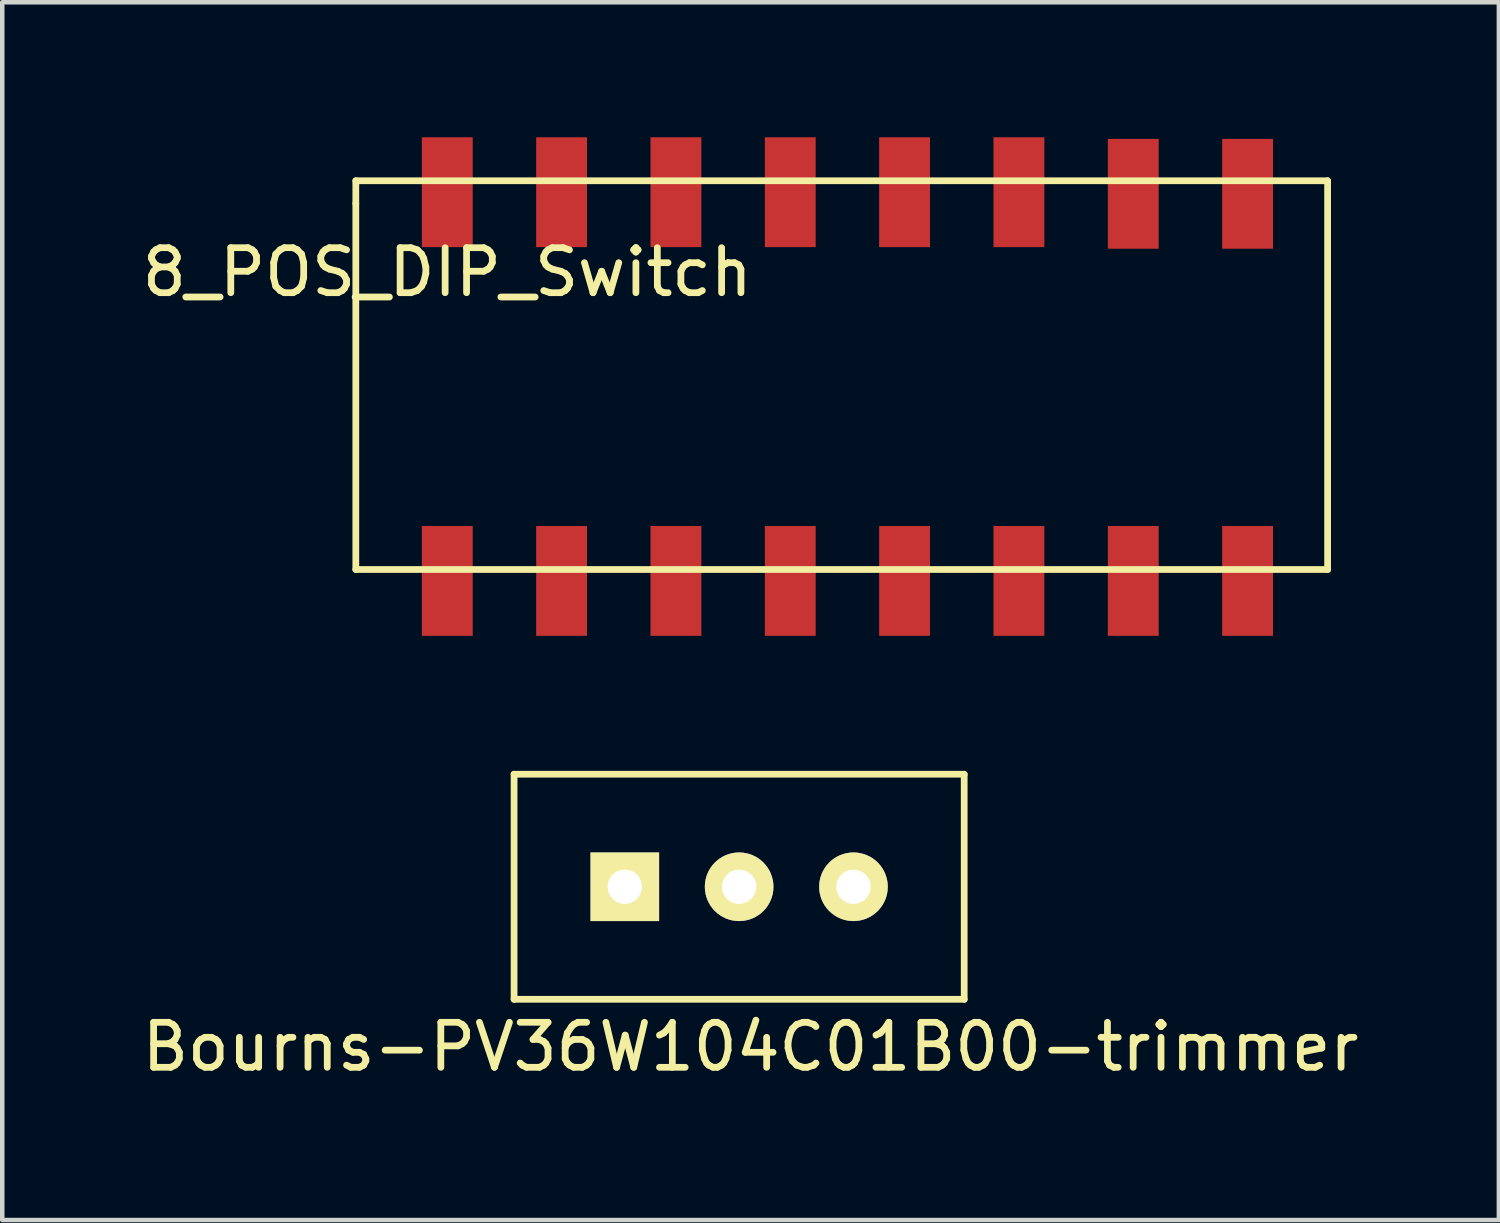
<source format=kicad_pcb>
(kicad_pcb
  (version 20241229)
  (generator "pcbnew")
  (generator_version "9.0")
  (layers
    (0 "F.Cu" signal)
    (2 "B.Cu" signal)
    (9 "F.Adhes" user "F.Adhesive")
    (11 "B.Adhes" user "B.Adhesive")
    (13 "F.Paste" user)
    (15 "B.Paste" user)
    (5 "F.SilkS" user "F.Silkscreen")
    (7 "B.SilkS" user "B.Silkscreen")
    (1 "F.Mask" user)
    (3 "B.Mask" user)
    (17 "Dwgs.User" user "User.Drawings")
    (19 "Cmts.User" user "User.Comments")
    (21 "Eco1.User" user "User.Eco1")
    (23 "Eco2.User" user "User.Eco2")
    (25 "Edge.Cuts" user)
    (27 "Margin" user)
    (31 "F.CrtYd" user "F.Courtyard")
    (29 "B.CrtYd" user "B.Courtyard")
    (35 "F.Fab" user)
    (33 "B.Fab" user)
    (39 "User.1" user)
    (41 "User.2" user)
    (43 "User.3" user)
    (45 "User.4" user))
  (footprint "Bourns-PV36W104C01B00-trimmer"
    (layer "F.Cu")
    (at 13.371 16.651)
    (property "Reference" "Bourns-PV36W104C01B00-trimmer" (at 0.254 3.556 0) (layer "F.SilkS") (effects (font (size 1 1) (thickness 0.15))))
    (attr through_hole)
    (fp_line (start -5 -2.5) (end -5 2.5) (stroke (width 0.15) (type solid)) (layer "F.SilkS"))
    (fp_line (start -5 2.5) (end 5 2.5) (stroke (width 0.15) (type solid)) (layer "F.SilkS"))
    (fp_line (start 5 -2.5) (end -5 -2.5) (stroke (width 0.15) (type solid)) (layer "F.SilkS"))
    (fp_line (start 5 2.5) (end 5 -2.5) (stroke (width 0.15) (type solid)) (layer "F.SilkS"))
    (pad "1" thru_hole rect (at -2.54 0) (size 1.524 1.524) (drill 0.762) (layers "*.Cu" "*.Mask" "F.SilkS"))
    (pad "2" thru_hole circle (at 0 0) (size 1.524 1.524) (drill 0.762) (layers "*.Cu" "*.Mask" "F.SilkS"))
    (pad "3" thru_hole circle (at 2.54 0) (size 1.524 1.524) (drill 0.762) (layers "*.Cu" "*.Mask" "F.SilkS")))
  (footprint "8_POS_DIP_Switch"
    (layer "F.Cu")
    (at 6.887 9.856)
    (property "Reference" "8_POS_DIP_Switch" (at 0 -6.858 0) (layer "F.SilkS") (effects (font (size 1 1) (thickness 0.15))))
    (attr through_hole)
    (fp_line (start -2.032 -8.89) (end -2.032 -8.382) (stroke (width 0.15) (type solid)) (layer "F.SilkS"))
    (fp_line (start -2.032 -8.382) (end -2.032 -0.254) (stroke (width 0.15) (type solid)) (layer "F.SilkS"))
    (fp_line (start -2.032 -0.254) (end 19.558 -0.254) (stroke (width 0.15) (type solid)) (layer "F.SilkS"))
    (fp_line (start 19.558 -8.89) (end -2.032 -8.89) (stroke (width 0.15) (type solid)) (layer "F.SilkS"))
    (fp_line (start 19.558 -0.254) (end 19.558 -8.89) (stroke (width 0.15) (type solid)) (layer "F.SilkS"))
    (pad "1" smd rect (at 0 0) (size 1.13 2.44) (layers "F.Cu" "F.Mask" "F.Paste"))
    (pad "2" smd rect (at 2.54 0) (size 1.13 2.44) (layers "F.Cu" "F.Mask" "F.Paste"))
    (pad "3" smd rect (at 5.08 0) (size 1.13 2.44) (layers "F.Cu" "F.Mask" "F.Paste"))
    (pad "4" smd rect (at 7.62 0) (size 1.13 2.44) (layers "F.Cu" "F.Mask" "F.Paste"))
    (pad "5" smd rect (at 10.16 0) (size 1.13 2.44) (layers "F.Cu" "F.Mask" "F.Paste"))
    (pad "6" smd rect (at 12.7 0) (size 1.13 2.44) (layers "F.Cu" "F.Mask" "F.Paste"))
    (pad "7" smd rect (at 15.24 0) (size 1.13 2.44) (layers "F.Cu" "F.Mask" "F.Paste"))
    (pad "8" smd rect (at 17.78 0) (size 1.13 2.44) (layers "F.Cu" "F.Mask" "F.Paste"))
    (pad "9" smd rect (at 17.78 -8.6) (size 1.13 2.44) (layers "F.Cu" "F.Mask" "F.Paste"))
    (pad "10" smd rect (at 15.24 -8.6) (size 1.13 2.44) (layers "F.Cu" "F.Mask" "F.Paste"))
    (pad "11" smd rect (at 12.7 -8.636) (size 1.13 2.44) (layers "F.Cu" "F.Mask" "F.Paste"))
    (pad "12" smd rect (at 10.16 -8.636) (size 1.13 2.44) (layers "F.Cu" "F.Mask" "F.Paste"))
    (pad "13" smd rect (at 7.62 -8.636) (size 1.13 2.44) (layers "F.Cu" "F.Mask" "F.Paste"))
    (pad "14" smd rect (at 5.08 -8.636) (size 1.13 2.44) (layers "F.Cu" "F.Mask" "F.Paste"))
    (pad "15" smd rect (at 2.54 -8.636) (size 1.13 2.44) (layers "F.Cu" "F.Mask" "F.Paste"))
    (pad "16" smd rect (at 0 -8.636) (size 1.13 2.44) (layers "F.Cu" "F.Mask" "F.Paste")))
  (gr_rect
    (start -3 -3)
    (end 30.25 24.055)
    (stroke (width 0.1) (type default))
    (fill no)
    (layer "Edge.Cuts")))
</source>
